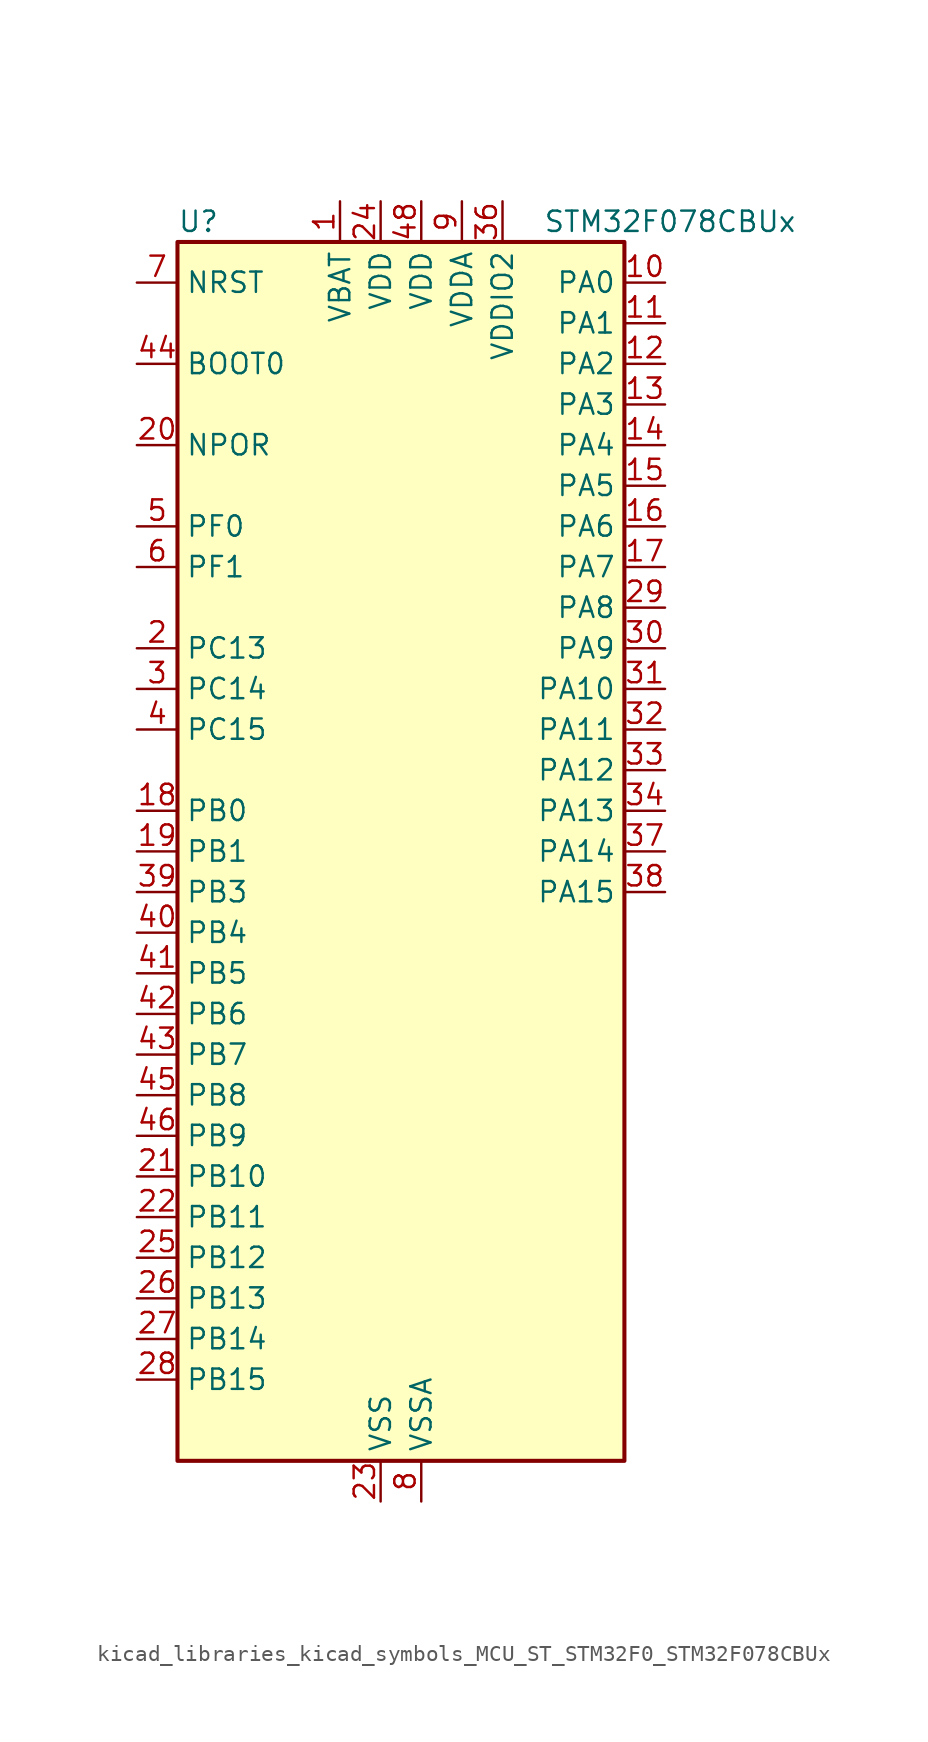
<source format=kicad_sym>
(kicad_symbol_lib
  (version 20220914)
  (generator kicad_symbol_editor)
  (symbol "kicad_libraries_kicad_symbols_MCU_ST_STM32F0_STM32F078CBUx"
    (property "Reference" "U"
      (at -12.7 39.37 0)
      (effects (font (size 1.27 1.27)) (justify left)))
    (property "Value" "STM32F078CBUx"
      (at 10.16 39.37 0)
      (effects (font (size 1.27 1.27)) (justify left)))
    (property "ki_locked" ""
      (at 0 0 0)
      (effects (font (size 1.27 1.27))))
    (symbol "kicad_libraries_kicad_symbols_MCU_ST_STM32F0_STM32F078CBUx_0_1"
      (rectangle (start -12.7 -38.1) (end 15.24 38.1) (stroke (width 0.254) (type default)) (fill (type background))))
    (symbol "kicad_libraries_kicad_symbols_MCU_ST_STM32F0_STM32F078CBUx_1_1"
      (pin power_in line (at -2.54 40.64 270) (length 2.54) (name "VBAT" (effects (font (size 1.27 1.27)))) (number "1" (effects (font (size 1.27 1.27)))))
      (pin bidirectional line (at 17.78 35.56 180) (length 2.54) (name "PA0" (effects (font (size 1.27 1.27)))) (number "10" (effects (font (size 1.27 1.27)))) (alternate "ADC_IN0" bidirectional line) (alternate "COMP1_INM" bidirectional line) (alternate "COMP1_OUT" bidirectional line) (alternate "RTC_TAMP2" bidirectional line) (alternate "SYS_WKUP1" bidirectional line) (alternate "TIM2_CH1" bidirectional line) (alternate "TIM2_ETR" bidirectional line) (alternate "TSC_G1_IO1" bidirectional line) (alternate "USART2_CTS" bidirectional line) (alternate "USART4_TX" bidirectional line))
      (pin bidirectional line (at 17.78 33.02 180) (length 2.54) (name "PA1" (effects (font (size 1.27 1.27)))) (number "11" (effects (font (size 1.27 1.27)))) (alternate "ADC_IN1" bidirectional line) (alternate "COMP1_INP" bidirectional line) (alternate "TIM15_CH1N" bidirectional line) (alternate "TIM2_CH2" bidirectional line) (alternate "TSC_G1_IO2" bidirectional line) (alternate "USART2_DE" bidirectional line) (alternate "USART2_RTS" bidirectional line) (alternate "USART4_RX" bidirectional line))
      (pin bidirectional line (at 17.78 30.48 180) (length 2.54) (name "PA2" (effects (font (size 1.27 1.27)))) (number "12" (effects (font (size 1.27 1.27)))) (alternate "ADC_IN2" bidirectional line) (alternate "COMP2_INM" bidirectional line) (alternate "COMP2_OUT" bidirectional line) (alternate "SYS_WKUP4" bidirectional line) (alternate "TIM15_CH1" bidirectional line) (alternate "TIM2_CH3" bidirectional line) (alternate "TSC_G1_IO3" bidirectional line) (alternate "USART2_TX" bidirectional line))
      (pin bidirectional line (at 17.78 27.94 180) (length 2.54) (name "PA3" (effects (font (size 1.27 1.27)))) (number "13" (effects (font (size 1.27 1.27)))) (alternate "ADC_IN3" bidirectional line) (alternate "COMP2_INP" bidirectional line) (alternate "TIM15_CH2" bidirectional line) (alternate "TIM2_CH4" bidirectional line) (alternate "TSC_G1_IO4" bidirectional line) (alternate "USART2_RX" bidirectional line))
      (pin bidirectional line (at 17.78 25.4 180) (length 2.54) (name "PA4" (effects (font (size 1.27 1.27)))) (number "14" (effects (font (size 1.27 1.27)))) (alternate "ADC_IN4" bidirectional line) (alternate "COMP1_INM" bidirectional line) (alternate "COMP2_INM" bidirectional line) (alternate "DAC_OUT1" bidirectional line) (alternate "I2S1_WS" bidirectional line) (alternate "SPI1_NSS" bidirectional line) (alternate "TIM14_CH1" bidirectional line) (alternate "TSC_G2_IO1" bidirectional line) (alternate "USART2_CK" bidirectional line))
      (pin bidirectional line (at 17.78 22.86 180) (length 2.54) (name "PA5" (effects (font (size 1.27 1.27)))) (number "15" (effects (font (size 1.27 1.27)))) (alternate "ADC_IN5" bidirectional line) (alternate "CEC" bidirectional line) (alternate "COMP1_INM" bidirectional line) (alternate "COMP2_INM" bidirectional line) (alternate "DAC_OUT2" bidirectional line) (alternate "I2S1_CK" bidirectional line) (alternate "SPI1_SCK" bidirectional line) (alternate "TIM2_CH1" bidirectional line) (alternate "TIM2_ETR" bidirectional line) (alternate "TSC_G2_IO2" bidirectional line))
      (pin bidirectional line (at 17.78 20.32 180) (length 2.54) (name "PA6" (effects (font (size 1.27 1.27)))) (number "16" (effects (font (size 1.27 1.27)))) (alternate "ADC_IN6" bidirectional line) (alternate "COMP1_OUT" bidirectional line) (alternate "I2S1_MCK" bidirectional line) (alternate "SPI1_MISO" bidirectional line) (alternate "TIM16_CH1" bidirectional line) (alternate "TIM1_BKIN" bidirectional line) (alternate "TIM3_CH1" bidirectional line) (alternate "TSC_G2_IO3" bidirectional line) (alternate "USART3_CTS" bidirectional line))
      (pin bidirectional line (at 17.78 17.78 180) (length 2.54) (name "PA7" (effects (font (size 1.27 1.27)))) (number "17" (effects (font (size 1.27 1.27)))) (alternate "ADC_IN7" bidirectional line) (alternate "COMP2_OUT" bidirectional line) (alternate "I2S1_SD" bidirectional line) (alternate "SPI1_MOSI" bidirectional line) (alternate "TIM14_CH1" bidirectional line) (alternate "TIM17_CH1" bidirectional line) (alternate "TIM1_CH1N" bidirectional line) (alternate "TIM3_CH2" bidirectional line) (alternate "TSC_G2_IO4" bidirectional line))
      (pin bidirectional line (at -15.24 2.54 0) (length 2.54) (name "PB0" (effects (font (size 1.27 1.27)))) (number "18" (effects (font (size 1.27 1.27)))) (alternate "ADC_IN8" bidirectional line) (alternate "TIM1_CH2N" bidirectional line) (alternate "TIM3_CH3" bidirectional line) (alternate "TSC_G3_IO2" bidirectional line) (alternate "USART3_CK" bidirectional line))
      (pin bidirectional line (at -15.24 0 0) (length 2.54) (name "PB1" (effects (font (size 1.27 1.27)))) (number "19" (effects (font (size 1.27 1.27)))) (alternate "ADC_IN9" bidirectional line) (alternate "TIM14_CH1" bidirectional line) (alternate "TIM1_CH3N" bidirectional line) (alternate "TIM3_CH4" bidirectional line) (alternate "TSC_G3_IO3" bidirectional line) (alternate "USART3_DE" bidirectional line) (alternate "USART3_RTS" bidirectional line))
      (pin bidirectional line (at -15.24 12.7 0) (length 2.54) (name "PC13" (effects (font (size 1.27 1.27)))) (number "2" (effects (font (size 1.27 1.27)))) (alternate "RTC_OUT_ALARM" bidirectional line) (alternate "RTC_OUT_CALIB" bidirectional line) (alternate "RTC_TAMP1" bidirectional line) (alternate "RTC_TS" bidirectional line) (alternate "SYS_WKUP2" bidirectional line))
      (pin input line (at -15.24 25.4 0) (length 2.54) (name "NPOR" (effects (font (size 1.27 1.27)))) (number "20" (effects (font (size 1.27 1.27)))))
      (pin bidirectional line (at -15.24 -20.32 0) (length 2.54) (name "PB10" (effects (font (size 1.27 1.27)))) (number "21" (effects (font (size 1.27 1.27)))) (alternate "CEC" bidirectional line) (alternate "I2C2_SCL" bidirectional line) (alternate "I2S2_CK" bidirectional line) (alternate "SPI2_SCK" bidirectional line) (alternate "TIM2_CH3" bidirectional line) (alternate "TSC_SYNC" bidirectional line) (alternate "USART3_TX" bidirectional line))
      (pin bidirectional line (at -15.24 -22.86 0) (length 2.54) (name "PB11" (effects (font (size 1.27 1.27)))) (number "22" (effects (font (size 1.27 1.27)))) (alternate "I2C2_SDA" bidirectional line) (alternate "TIM2_CH4" bidirectional line) (alternate "TSC_G6_IO1" bidirectional line) (alternate "USART3_RX" bidirectional line))
      (pin power_in line (at 0 -40.64 90) (length 2.54) (name "VSS" (effects (font (size 1.27 1.27)))) (number "23" (effects (font (size 1.27 1.27)))))
      (pin power_in line (at 0 40.64 270) (length 2.54) (name "VDD" (effects (font (size 1.27 1.27)))) (number "24" (effects (font (size 1.27 1.27)))))
      (pin bidirectional line (at -15.24 -25.4 0) (length 2.54) (name "PB12" (effects (font (size 1.27 1.27)))) (number "25" (effects (font (size 1.27 1.27)))) (alternate "I2S2_WS" bidirectional line) (alternate "SPI2_NSS" bidirectional line) (alternate "TIM15_BKIN" bidirectional line) (alternate "TIM1_BKIN" bidirectional line) (alternate "TSC_G6_IO2" bidirectional line) (alternate "USART3_CK" bidirectional line))
      (pin bidirectional line (at -15.24 -27.94 0) (length 2.54) (name "PB13" (effects (font (size 1.27 1.27)))) (number "26" (effects (font (size 1.27 1.27)))) (alternate "I2C2_SCL" bidirectional line) (alternate "I2S2_CK" bidirectional line) (alternate "SPI2_SCK" bidirectional line) (alternate "TIM1_CH1N" bidirectional line) (alternate "TSC_G6_IO3" bidirectional line) (alternate "USART3_CTS" bidirectional line))
      (pin bidirectional line (at -15.24 -30.48 0) (length 2.54) (name "PB14" (effects (font (size 1.27 1.27)))) (number "27" (effects (font (size 1.27 1.27)))) (alternate "I2C2_SDA" bidirectional line) (alternate "I2S2_MCK" bidirectional line) (alternate "SPI2_MISO" bidirectional line) (alternate "TIM15_CH1" bidirectional line) (alternate "TIM1_CH2N" bidirectional line) (alternate "TSC_G6_IO4" bidirectional line) (alternate "USART3_DE" bidirectional line) (alternate "USART3_RTS" bidirectional line))
      (pin bidirectional line (at -15.24 -33.02 0) (length 2.54) (name "PB15" (effects (font (size 1.27 1.27)))) (number "28" (effects (font (size 1.27 1.27)))) (alternate "I2S2_SD" bidirectional line) (alternate "RTC_REFIN" bidirectional line) (alternate "SPI2_MOSI" bidirectional line) (alternate "SYS_WKUP7" bidirectional line) (alternate "TIM15_CH1N" bidirectional line) (alternate "TIM15_CH2" bidirectional line) (alternate "TIM1_CH3N" bidirectional line))
      (pin bidirectional line (at 17.78 15.24 180) (length 2.54) (name "PA8" (effects (font (size 1.27 1.27)))) (number "29" (effects (font (size 1.27 1.27)))) (alternate "CRS_SYNC" bidirectional line) (alternate "RCC_MCO" bidirectional line) (alternate "TIM1_CH1" bidirectional line) (alternate "USART1_CK" bidirectional line))
      (pin bidirectional line (at -15.24 10.16 0) (length 2.54) (name "PC14" (effects (font (size 1.27 1.27)))) (number "3" (effects (font (size 1.27 1.27)))) (alternate "RCC_OSC32_IN" bidirectional line))
      (pin bidirectional line (at 17.78 12.7 180) (length 2.54) (name "PA9" (effects (font (size 1.27 1.27)))) (number "30" (effects (font (size 1.27 1.27)))) (alternate "DAC_EXTI9" bidirectional line) (alternate "TIM15_BKIN" bidirectional line) (alternate "TIM1_CH2" bidirectional line) (alternate "TSC_G4_IO1" bidirectional line) (alternate "USART1_TX" bidirectional line))
      (pin bidirectional line (at 17.78 10.16 180) (length 2.54) (name "PA10" (effects (font (size 1.27 1.27)))) (number "31" (effects (font (size 1.27 1.27)))) (alternate "TIM17_BKIN" bidirectional line) (alternate "TIM1_CH3" bidirectional line) (alternate "TSC_G4_IO2" bidirectional line) (alternate "USART1_RX" bidirectional line))
      (pin bidirectional line (at 17.78 7.62 180) (length 2.54) (name "PA11" (effects (font (size 1.27 1.27)))) (number "32" (effects (font (size 1.27 1.27)))) (alternate "COMP1_OUT" bidirectional line) (alternate "TIM1_CH4" bidirectional line) (alternate "TSC_G4_IO3" bidirectional line) (alternate "USART1_CTS" bidirectional line) (alternate "USB_DM" bidirectional line))
      (pin bidirectional line (at 17.78 5.08 180) (length 2.54) (name "PA12" (effects (font (size 1.27 1.27)))) (number "33" (effects (font (size 1.27 1.27)))) (alternate "COMP2_OUT" bidirectional line) (alternate "TIM1_ETR" bidirectional line) (alternate "TSC_G4_IO4" bidirectional line) (alternate "USART1_DE" bidirectional line) (alternate "USART1_RTS" bidirectional line) (alternate "USB_DP" bidirectional line))
      (pin bidirectional line (at 17.78 2.54 180) (length 2.54) (name "PA13" (effects (font (size 1.27 1.27)))) (number "34" (effects (font (size 1.27 1.27)))) (alternate "IR_OUT" bidirectional line) (alternate "SYS_SWDIO" bidirectional line) (alternate "USB_NOE" bidirectional line))
      (pin passive line (at 0 -40.64 90) (length 2.54) hide (name "VSS" (effects (font (size 1.27 1.27)))) (number "35" (effects (font (size 1.27 1.27)))))
      (pin power_in line (at 7.62 40.64 270) (length 2.54) (name "VDDIO2" (effects (font (size 1.27 1.27)))) (number "36" (effects (font (size 1.27 1.27)))))
      (pin bidirectional line (at 17.78 0 180) (length 2.54) (name "PA14" (effects (font (size 1.27 1.27)))) (number "37" (effects (font (size 1.27 1.27)))) (alternate "SYS_SWCLK" bidirectional line) (alternate "USART2_TX" bidirectional line))
      (pin bidirectional line (at 17.78 -2.54 180) (length 2.54) (name "PA15" (effects (font (size 1.27 1.27)))) (number "38" (effects (font (size 1.27 1.27)))) (alternate "I2S1_WS" bidirectional line) (alternate "SPI1_NSS" bidirectional line) (alternate "TIM2_CH1" bidirectional line) (alternate "TIM2_ETR" bidirectional line) (alternate "USART2_RX" bidirectional line) (alternate "USART4_DE" bidirectional line) (alternate "USART4_RTS" bidirectional line))
      (pin bidirectional line (at -15.24 -2.54 0) (length 2.54) (name "PB3" (effects (font (size 1.27 1.27)))) (number "39" (effects (font (size 1.27 1.27)))) (alternate "I2S1_CK" bidirectional line) (alternate "SPI1_SCK" bidirectional line) (alternate "TIM2_CH2" bidirectional line) (alternate "TSC_G5_IO1" bidirectional line))
      (pin bidirectional line (at -15.24 7.62 0) (length 2.54) (name "PC15" (effects (font (size 1.27 1.27)))) (number "4" (effects (font (size 1.27 1.27)))) (alternate "RCC_OSC32_OUT" bidirectional line))
      (pin bidirectional line (at -15.24 -5.08 0) (length 2.54) (name "PB4" (effects (font (size 1.27 1.27)))) (number "40" (effects (font (size 1.27 1.27)))) (alternate "I2S1_MCK" bidirectional line) (alternate "SPI1_MISO" bidirectional line) (alternate "TIM17_BKIN" bidirectional line) (alternate "TIM3_CH1" bidirectional line) (alternate "TSC_G5_IO2" bidirectional line))
      (pin bidirectional line (at -15.24 -7.62 0) (length 2.54) (name "PB5" (effects (font (size 1.27 1.27)))) (number "41" (effects (font (size 1.27 1.27)))) (alternate "I2C1_SMBA" bidirectional line) (alternate "I2S1_SD" bidirectional line) (alternate "SPI1_MOSI" bidirectional line) (alternate "SYS_WKUP6" bidirectional line) (alternate "TIM16_BKIN" bidirectional line) (alternate "TIM3_CH2" bidirectional line))
      (pin bidirectional line (at -15.24 -10.16 0) (length 2.54) (name "PB6" (effects (font (size 1.27 1.27)))) (number "42" (effects (font (size 1.27 1.27)))) (alternate "I2C1_SCL" bidirectional line) (alternate "TIM16_CH1N" bidirectional line) (alternate "TSC_G5_IO3" bidirectional line) (alternate "USART1_TX" bidirectional line))
      (pin bidirectional line (at -15.24 -12.7 0) (length 2.54) (name "PB7" (effects (font (size 1.27 1.27)))) (number "43" (effects (font (size 1.27 1.27)))) (alternate "I2C1_SDA" bidirectional line) (alternate "TIM17_CH1N" bidirectional line) (alternate "TSC_G5_IO4" bidirectional line) (alternate "USART1_RX" bidirectional line) (alternate "USART4_CTS" bidirectional line))
      (pin input line (at -15.24 30.48 0) (length 2.54) (name "BOOT0" (effects (font (size 1.27 1.27)))) (number "44" (effects (font (size 1.27 1.27)))))
      (pin bidirectional line (at -15.24 -15.24 0) (length 2.54) (name "PB8" (effects (font (size 1.27 1.27)))) (number "45" (effects (font (size 1.27 1.27)))) (alternate "CEC" bidirectional line) (alternate "I2C1_SCL" bidirectional line) (alternate "TIM16_CH1" bidirectional line) (alternate "TSC_SYNC" bidirectional line))
      (pin bidirectional line (at -15.24 -17.78 0) (length 2.54) (name "PB9" (effects (font (size 1.27 1.27)))) (number "46" (effects (font (size 1.27 1.27)))) (alternate "DAC_EXTI9" bidirectional line) (alternate "I2C1_SDA" bidirectional line) (alternate "I2S2_WS" bidirectional line) (alternate "IR_OUT" bidirectional line) (alternate "SPI2_NSS" bidirectional line) (alternate "TIM17_CH1" bidirectional line))
      (pin passive line (at 0 -40.64 90) (length 2.54) hide (name "VSS" (effects (font (size 1.27 1.27)))) (number "47" (effects (font (size 1.27 1.27)))))
      (pin power_in line (at 2.54 40.64 270) (length 2.54) (name "VDD" (effects (font (size 1.27 1.27)))) (number "48" (effects (font (size 1.27 1.27)))))
      (pin passive line (at 0 -40.64 90) (length 2.54) hide (name "VSS" (effects (font (size 1.27 1.27)))) (number "49" (effects (font (size 1.27 1.27)))))
      (pin bidirectional line (at -15.24 20.32 0) (length 2.54) (name "PF0" (effects (font (size 1.27 1.27)))) (number "5" (effects (font (size 1.27 1.27)))) (alternate "CRS_SYNC" bidirectional line) (alternate "RCC_OSC_IN" bidirectional line))
      (pin bidirectional line (at -15.24 17.78 0) (length 2.54) (name "PF1" (effects (font (size 1.27 1.27)))) (number "6" (effects (font (size 1.27 1.27)))) (alternate "RCC_OSC_OUT" bidirectional line))
      (pin input line (at -15.24 35.56 0) (length 2.54) (name "NRST" (effects (font (size 1.27 1.27)))) (number "7" (effects (font (size 1.27 1.27)))))
      (pin power_in line (at 2.54 -40.64 90) (length 2.54) (name "VSSA" (effects (font (size 1.27 1.27)))) (number "8" (effects (font (size 1.27 1.27)))))
      (pin power_in line (at 5.08 40.64 270) (length 2.54) (name "VDDA" (effects (font (size 1.27 1.27)))) (number "9" (effects (font (size 1.27 1.27))))))))
</source>
